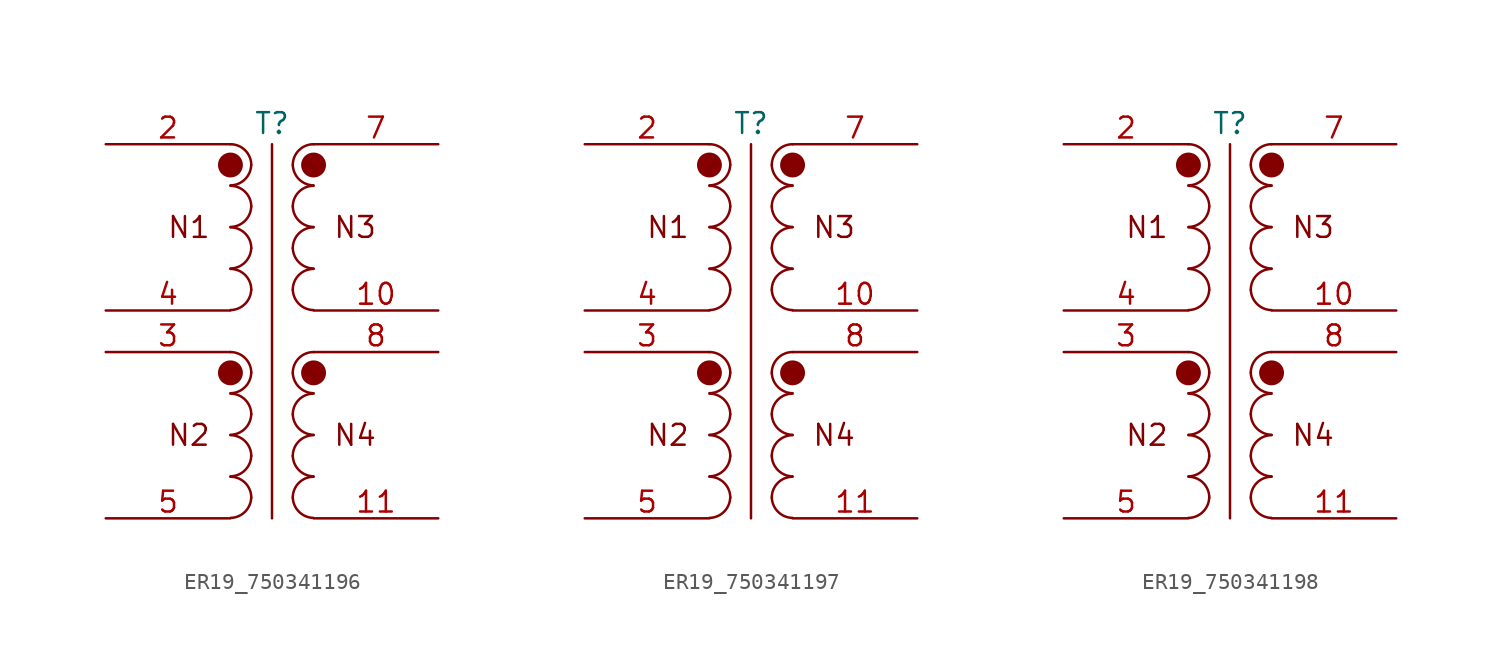
<source format=kicad_sym>
(kicad_symbol_lib
  (version 20220914)
  (generator kicad_symbol_editor)
  (symbol "ER19_750341196"
    (pin_names hide)
    (property "Reference" "T"
      (at 0 12.7 0)
      (effects (font (size 1.27 1.27))))
    (property "Critical Parameter" ""
      (at 0 -5.08 0)
      (effects (font (size 1.27 1.27))))
    (symbol "ER19_750341196_0_1"
      (arc (start -2.54 -11.4046) (mid -1.6561 -11.0363) (end -1.27 -10.16) (stroke (width 0) (type default)) (fill (type none)))
      (arc (start -2.54 -8.8646) (mid -1.6561 -8.4963) (end -1.27 -7.62) (stroke (width 0) (type default)) (fill (type none)))
      (arc (start -2.54 -6.3246) (mid -1.6561 -5.9563) (end -1.27 -5.08) (stroke (width 0) (type default)) (fill (type none)))
      (arc (start -2.54 -3.7846) (mid -1.6561 -3.4163) (end -1.27 -2.54) (stroke (width 0) (type default)) (fill (type none)))
      (arc (start -2.54 1.2954) (mid -1.6561 1.6637) (end -1.27 2.54) (stroke (width 0) (type default)) (fill (type none)))
      (arc (start -2.54 3.8354) (mid -1.6561 4.2037) (end -1.27 5.08) (stroke (width 0) (type default)) (fill (type none)))
      (arc (start -2.54 6.3754) (mid -1.6561 6.7437) (end -1.27 7.62) (stroke (width 0) (type default)) (fill (type none)))
      (arc (start -2.54 8.9154) (mid -1.6561 9.2837) (end -1.27 10.16) (stroke (width 0) (type default)) (fill (type none)))
      (arc (start -1.27 -10.16) (mid -1.642 -9.262) (end -2.54 -8.89) (stroke (width 0) (type default)) (fill (type none)))
      (arc (start -1.27 -7.62) (mid -1.642 -6.722) (end -2.54 -6.35) (stroke (width 0) (type default)) (fill (type none)))
      (arc (start -1.27 -5.08) (mid -1.642 -4.182) (end -2.54 -3.81) (stroke (width 0) (type default)) (fill (type none)))
      (arc (start -1.27 -2.54) (mid -1.642 -1.642) (end -2.54 -1.27) (stroke (width 0) (type default)) (fill (type none)))
      (arc (start -1.27 2.54) (mid -1.642 3.438) (end -2.54 3.81) (stroke (width 0) (type default)) (fill (type none)))
      (arc (start -1.27 5.08) (mid -1.642 5.978) (end -2.54 6.35) (stroke (width 0) (type default)) (fill (type none)))
      (arc (start -1.27 7.62) (mid -1.642 8.518) (end -2.54 8.89) (stroke (width 0) (type default)) (fill (type none)))
      (arc (start -1.27 10.16) (mid -1.642 11.058) (end -2.54 11.43) (stroke (width 0) (type default)) (fill (type none)))
      (polyline (pts (xy 0 -11.43) (xy 0 11.43)) (stroke (width 0) (type default)) (fill (type none)))
      (arc (start 1.27 -10.16) (mid 1.6561 -11.0363) (end 2.54 -11.4046) (stroke (width 0) (type default)) (fill (type none)))
      (arc (start 1.27 -7.62) (mid 1.6561 -8.4963) (end 2.54 -8.8646) (stroke (width 0) (type default)) (fill (type none)))
      (arc (start 1.27 -5.08) (mid 1.6561 -5.9563) (end 2.54 -6.3246) (stroke (width 0) (type default)) (fill (type none)))
      (arc (start 1.27 -2.54) (mid 1.6561 -3.4163) (end 2.54 -3.7846) (stroke (width 0) (type default)) (fill (type none)))
      (arc (start 1.27 2.54) (mid 1.6561 1.6637) (end 2.54 1.2954) (stroke (width 0) (type default)) (fill (type none)))
      (arc (start 1.27 5.08) (mid 1.6561 4.2037) (end 2.54 3.8354) (stroke (width 0) (type default)) (fill (type none)))
      (arc (start 1.27 7.62) (mid 1.6561 6.7437) (end 2.54 6.3754) (stroke (width 0) (type default)) (fill (type none)))
      (arc (start 1.27 10.16) (mid 1.6561 9.2837) (end 2.54 8.9154) (stroke (width 0) (type default)) (fill (type none)))
      (arc (start 2.54 -8.89) (mid 1.642 -9.262) (end 1.27 -10.16) (stroke (width 0) (type default)) (fill (type none)))
      (arc (start 2.54 -6.35) (mid 1.642 -6.722) (end 1.27 -7.62) (stroke (width 0) (type default)) (fill (type none)))
      (arc (start 2.54 -3.81) (mid 1.642 -4.182) (end 1.27 -5.08) (stroke (width 0) (type default)) (fill (type none)))
      (arc (start 2.54 -1.27) (mid 1.642 -1.642) (end 1.27 -2.54) (stroke (width 0) (type default)) (fill (type none)))
      (arc (start 2.54 3.81) (mid 1.642 3.438) (end 1.27 2.54) (stroke (width 0) (type default)) (fill (type none)))
      (arc (start 2.54 6.35) (mid 1.642 5.978) (end 1.27 5.08) (stroke (width 0) (type default)) (fill (type none)))
      (arc (start 2.54 8.89) (mid 1.642 8.518) (end 1.27 7.62) (stroke (width 0) (type default)) (fill (type none)))
      (arc (start 2.54 11.43) (mid 1.642 11.058) (end 1.27 10.16) (stroke (width 0) (type default)) (fill (type none))))
    (symbol "ER19_750341196_1_1"
      (circle (center -2.54 -2.54) (radius 0.0001) (stroke (width 0.762) (type default)) (fill (type none)))
      (circle (center -2.54 10.16) (radius 0.0001) (stroke (width 0.762) (type default)) (fill (type none)))
      (circle (center 2.54 -2.54) (radius 0.0001) (stroke (width 0.762) (type default)) (fill (type none)))
      (circle (center 2.54 10.16) (radius 0.0001) (stroke (width 0.762) (type default)) (fill (type none)))
      (text "N1" (at -5.08 6.35 0) (effects (font (size 1.27 1.27))))
      (text "N2" (at -5.08 -6.35 0) (effects (font (size 1.27 1.27))))
      (text "N3" (at 5.08 6.35 0) (effects (font (size 1.27 1.27))))
      (text "N4" (at 5.08 -6.35 0) (effects (font (size 1.27 1.27))))
      (pin passive line (at 10.16 1.27 180) (length 7.62) (name "10" (effects (font (size 1.27 1.27)))) (number "10" (effects (font (size 1.27 1.27)))))
      (pin passive line (at 10.16 -11.43 180) (length 7.62) (name "11" (effects (font (size 1.27 1.27)))) (number "11" (effects (font (size 1.27 1.27)))))
      (pin passive line (at -10.16 11.43 0) (length 7.62) (name "2" (effects (font (size 1.27 1.27)))) (number "2" (effects (font (size 1.27 1.27)))))
      (pin passive line (at -10.16 -1.27 0) (length 7.62) (name "3" (effects (font (size 1.27 1.27)))) (number "3" (effects (font (size 1.27 1.27)))))
      (pin passive line (at -10.16 1.27 0) (length 7.62) (name "4" (effects (font (size 1.27 1.27)))) (number "4" (effects (font (size 1.27 1.27)))))
      (pin passive line (at -10.16 -11.43 0) (length 7.62) (name "5" (effects (font (size 1.27 1.27)))) (number "5" (effects (font (size 1.27 1.27)))))
      (pin passive line (at 10.16 11.43 180) (length 7.62) (name "7" (effects (font (size 1.27 1.27)))) (number "7" (effects (font (size 1.27 1.27)))))
      (pin passive line (at 10.16 -1.27 180) (length 7.62) (name "8" (effects (font (size 1.27 1.27)))) (number "8" (effects (font (size 1.27 1.27)))))))
  (symbol "ER19_750341197"
    (pin_names hide)
    (property "Reference" "T"
      (at 0 12.7 0)
      (effects (font (size 1.27 1.27))))
    (property "Critical Parameter" ""
      (at 0 -5.08 0)
      (effects (font (size 1.27 1.27))))
    (symbol "ER19_750341197_0_1"
      (arc (start -2.54 -11.4046) (mid -1.6561 -11.0363) (end -1.27 -10.16) (stroke (width 0) (type default)) (fill (type none)))
      (arc (start -2.54 -8.8646) (mid -1.6561 -8.4963) (end -1.27 -7.62) (stroke (width 0) (type default)) (fill (type none)))
      (arc (start -2.54 -6.3246) (mid -1.6561 -5.9563) (end -1.27 -5.08) (stroke (width 0) (type default)) (fill (type none)))
      (arc (start -2.54 -3.7846) (mid -1.6561 -3.4163) (end -1.27 -2.54) (stroke (width 0) (type default)) (fill (type none)))
      (arc (start -2.54 1.2954) (mid -1.6561 1.6637) (end -1.27 2.54) (stroke (width 0) (type default)) (fill (type none)))
      (arc (start -2.54 3.8354) (mid -1.6561 4.2037) (end -1.27 5.08) (stroke (width 0) (type default)) (fill (type none)))
      (arc (start -2.54 6.3754) (mid -1.6561 6.7437) (end -1.27 7.62) (stroke (width 0) (type default)) (fill (type none)))
      (arc (start -2.54 8.9154) (mid -1.6561 9.2837) (end -1.27 10.16) (stroke (width 0) (type default)) (fill (type none)))
      (arc (start -1.27 -10.16) (mid -1.642 -9.262) (end -2.54 -8.89) (stroke (width 0) (type default)) (fill (type none)))
      (arc (start -1.27 -7.62) (mid -1.642 -6.722) (end -2.54 -6.35) (stroke (width 0) (type default)) (fill (type none)))
      (arc (start -1.27 -5.08) (mid -1.642 -4.182) (end -2.54 -3.81) (stroke (width 0) (type default)) (fill (type none)))
      (arc (start -1.27 -2.54) (mid -1.642 -1.642) (end -2.54 -1.27) (stroke (width 0) (type default)) (fill (type none)))
      (arc (start -1.27 2.54) (mid -1.642 3.438) (end -2.54 3.81) (stroke (width 0) (type default)) (fill (type none)))
      (arc (start -1.27 5.08) (mid -1.642 5.978) (end -2.54 6.35) (stroke (width 0) (type default)) (fill (type none)))
      (arc (start -1.27 7.62) (mid -1.642 8.518) (end -2.54 8.89) (stroke (width 0) (type default)) (fill (type none)))
      (arc (start -1.27 10.16) (mid -1.642 11.058) (end -2.54 11.43) (stroke (width 0) (type default)) (fill (type none)))
      (polyline (pts (xy 0 -11.43) (xy 0 11.43)) (stroke (width 0) (type default)) (fill (type none)))
      (arc (start 1.27 -10.16) (mid 1.6561 -11.0363) (end 2.54 -11.4046) (stroke (width 0) (type default)) (fill (type none)))
      (arc (start 1.27 -7.62) (mid 1.6561 -8.4963) (end 2.54 -8.8646) (stroke (width 0) (type default)) (fill (type none)))
      (arc (start 1.27 -5.08) (mid 1.6561 -5.9563) (end 2.54 -6.3246) (stroke (width 0) (type default)) (fill (type none)))
      (arc (start 1.27 -2.54) (mid 1.6561 -3.4163) (end 2.54 -3.7846) (stroke (width 0) (type default)) (fill (type none)))
      (arc (start 1.27 2.54) (mid 1.6561 1.6637) (end 2.54 1.2954) (stroke (width 0) (type default)) (fill (type none)))
      (arc (start 1.27 5.08) (mid 1.6561 4.2037) (end 2.54 3.8354) (stroke (width 0) (type default)) (fill (type none)))
      (arc (start 1.27 7.62) (mid 1.6561 6.7437) (end 2.54 6.3754) (stroke (width 0) (type default)) (fill (type none)))
      (arc (start 1.27 10.16) (mid 1.6561 9.2837) (end 2.54 8.9154) (stroke (width 0) (type default)) (fill (type none)))
      (arc (start 2.54 -8.89) (mid 1.642 -9.262) (end 1.27 -10.16) (stroke (width 0) (type default)) (fill (type none)))
      (arc (start 2.54 -6.35) (mid 1.642 -6.722) (end 1.27 -7.62) (stroke (width 0) (type default)) (fill (type none)))
      (arc (start 2.54 -3.81) (mid 1.642 -4.182) (end 1.27 -5.08) (stroke (width 0) (type default)) (fill (type none)))
      (arc (start 2.54 -1.27) (mid 1.642 -1.642) (end 1.27 -2.54) (stroke (width 0) (type default)) (fill (type none)))
      (arc (start 2.54 3.81) (mid 1.642 3.438) (end 1.27 2.54) (stroke (width 0) (type default)) (fill (type none)))
      (arc (start 2.54 6.35) (mid 1.642 5.978) (end 1.27 5.08) (stroke (width 0) (type default)) (fill (type none)))
      (arc (start 2.54 8.89) (mid 1.642 8.518) (end 1.27 7.62) (stroke (width 0) (type default)) (fill (type none)))
      (arc (start 2.54 11.43) (mid 1.642 11.058) (end 1.27 10.16) (stroke (width 0) (type default)) (fill (type none))))
    (symbol "ER19_750341197_1_1"
      (circle (center -2.54 -2.54) (radius 0.0001) (stroke (width 0.762) (type default)) (fill (type none)))
      (circle (center -2.54 10.16) (radius 0.0001) (stroke (width 0.762) (type default)) (fill (type none)))
      (circle (center 2.54 -2.54) (radius 0.0001) (stroke (width 0.762) (type default)) (fill (type none)))
      (circle (center 2.54 10.16) (radius 0.0001) (stroke (width 0.762) (type default)) (fill (type none)))
      (text "N1" (at -5.08 6.35 0) (effects (font (size 1.27 1.27))))
      (text "N2" (at -5.08 -6.35 0) (effects (font (size 1.27 1.27))))
      (text "N3" (at 5.08 6.35 0) (effects (font (size 1.27 1.27))))
      (text "N4" (at 5.08 -6.35 0) (effects (font (size 1.27 1.27))))
      (pin passive line (at 10.16 1.27 180) (length 7.62) (name "10" (effects (font (size 1.27 1.27)))) (number "10" (effects (font (size 1.27 1.27)))))
      (pin passive line (at 10.16 -11.43 180) (length 7.62) (name "11" (effects (font (size 1.27 1.27)))) (number "11" (effects (font (size 1.27 1.27)))))
      (pin passive line (at -10.16 11.43 0) (length 7.62) (name "2" (effects (font (size 1.27 1.27)))) (number "2" (effects (font (size 1.27 1.27)))))
      (pin passive line (at -10.16 -1.27 0) (length 7.62) (name "3" (effects (font (size 1.27 1.27)))) (number "3" (effects (font (size 1.27 1.27)))))
      (pin passive line (at -10.16 1.27 0) (length 7.62) (name "4" (effects (font (size 1.27 1.27)))) (number "4" (effects (font (size 1.27 1.27)))))
      (pin passive line (at -10.16 -11.43 0) (length 7.62) (name "5" (effects (font (size 1.27 1.27)))) (number "5" (effects (font (size 1.27 1.27)))))
      (pin passive line (at 10.16 11.43 180) (length 7.62) (name "7" (effects (font (size 1.27 1.27)))) (number "7" (effects (font (size 1.27 1.27)))))
      (pin passive line (at 10.16 -1.27 180) (length 7.62) (name "8" (effects (font (size 1.27 1.27)))) (number "8" (effects (font (size 1.27 1.27)))))))
  (symbol "ER19_750341198"
    (pin_names hide)
    (property "Reference" "T"
      (at 0 12.7 0)
      (effects (font (size 1.27 1.27))))
    (property "Critical Parameter" ""
      (at 0 -5.08 0)
      (effects (font (size 1.27 1.27))))
    (symbol "ER19_750341198_0_1"
      (arc (start -2.54 -11.4046) (mid -1.6561 -11.0363) (end -1.27 -10.16) (stroke (width 0) (type default)) (fill (type none)))
      (arc (start -2.54 -8.8646) (mid -1.6561 -8.4963) (end -1.27 -7.62) (stroke (width 0) (type default)) (fill (type none)))
      (arc (start -2.54 -6.3246) (mid -1.6561 -5.9563) (end -1.27 -5.08) (stroke (width 0) (type default)) (fill (type none)))
      (arc (start -2.54 -3.7846) (mid -1.6561 -3.4163) (end -1.27 -2.54) (stroke (width 0) (type default)) (fill (type none)))
      (arc (start -2.54 1.2954) (mid -1.6561 1.6637) (end -1.27 2.54) (stroke (width 0) (type default)) (fill (type none)))
      (arc (start -2.54 3.8354) (mid -1.6561 4.2037) (end -1.27 5.08) (stroke (width 0) (type default)) (fill (type none)))
      (arc (start -2.54 6.3754) (mid -1.6561 6.7437) (end -1.27 7.62) (stroke (width 0) (type default)) (fill (type none)))
      (arc (start -2.54 8.9154) (mid -1.6561 9.2837) (end -1.27 10.16) (stroke (width 0) (type default)) (fill (type none)))
      (arc (start -1.27 -10.16) (mid -1.642 -9.262) (end -2.54 -8.89) (stroke (width 0) (type default)) (fill (type none)))
      (arc (start -1.27 -7.62) (mid -1.642 -6.722) (end -2.54 -6.35) (stroke (width 0) (type default)) (fill (type none)))
      (arc (start -1.27 -5.08) (mid -1.642 -4.182) (end -2.54 -3.81) (stroke (width 0) (type default)) (fill (type none)))
      (arc (start -1.27 -2.54) (mid -1.642 -1.642) (end -2.54 -1.27) (stroke (width 0) (type default)) (fill (type none)))
      (arc (start -1.27 2.54) (mid -1.642 3.438) (end -2.54 3.81) (stroke (width 0) (type default)) (fill (type none)))
      (arc (start -1.27 5.08) (mid -1.642 5.978) (end -2.54 6.35) (stroke (width 0) (type default)) (fill (type none)))
      (arc (start -1.27 7.62) (mid -1.642 8.518) (end -2.54 8.89) (stroke (width 0) (type default)) (fill (type none)))
      (arc (start -1.27 10.16) (mid -1.642 11.058) (end -2.54 11.43) (stroke (width 0) (type default)) (fill (type none)))
      (polyline (pts (xy 0 -11.43) (xy 0 11.43)) (stroke (width 0) (type default)) (fill (type none)))
      (arc (start 1.27 -10.16) (mid 1.6561 -11.0363) (end 2.54 -11.4046) (stroke (width 0) (type default)) (fill (type none)))
      (arc (start 1.27 -7.62) (mid 1.6561 -8.4963) (end 2.54 -8.8646) (stroke (width 0) (type default)) (fill (type none)))
      (arc (start 1.27 -5.08) (mid 1.6561 -5.9563) (end 2.54 -6.3246) (stroke (width 0) (type default)) (fill (type none)))
      (arc (start 1.27 -2.54) (mid 1.6561 -3.4163) (end 2.54 -3.7846) (stroke (width 0) (type default)) (fill (type none)))
      (arc (start 1.27 2.54) (mid 1.6561 1.6637) (end 2.54 1.2954) (stroke (width 0) (type default)) (fill (type none)))
      (arc (start 1.27 5.08) (mid 1.6561 4.2037) (end 2.54 3.8354) (stroke (width 0) (type default)) (fill (type none)))
      (arc (start 1.27 7.62) (mid 1.6561 6.7437) (end 2.54 6.3754) (stroke (width 0) (type default)) (fill (type none)))
      (arc (start 1.27 10.16) (mid 1.6561 9.2837) (end 2.54 8.9154) (stroke (width 0) (type default)) (fill (type none)))
      (arc (start 2.54 -8.89) (mid 1.642 -9.262) (end 1.27 -10.16) (stroke (width 0) (type default)) (fill (type none)))
      (arc (start 2.54 -6.35) (mid 1.642 -6.722) (end 1.27 -7.62) (stroke (width 0) (type default)) (fill (type none)))
      (arc (start 2.54 -3.81) (mid 1.642 -4.182) (end 1.27 -5.08) (stroke (width 0) (type default)) (fill (type none)))
      (arc (start 2.54 -1.27) (mid 1.642 -1.642) (end 1.27 -2.54) (stroke (width 0) (type default)) (fill (type none)))
      (arc (start 2.54 3.81) (mid 1.642 3.438) (end 1.27 2.54) (stroke (width 0) (type default)) (fill (type none)))
      (arc (start 2.54 6.35) (mid 1.642 5.978) (end 1.27 5.08) (stroke (width 0) (type default)) (fill (type none)))
      (arc (start 2.54 8.89) (mid 1.642 8.518) (end 1.27 7.62) (stroke (width 0) (type default)) (fill (type none)))
      (arc (start 2.54 11.43) (mid 1.642 11.058) (end 1.27 10.16) (stroke (width 0) (type default)) (fill (type none))))
    (symbol "ER19_750341198_1_1"
      (circle (center -2.54 -2.54) (radius 0.0001) (stroke (width 0.762) (type default)) (fill (type none)))
      (circle (center -2.54 10.16) (radius 0.0001) (stroke (width 0.762) (type default)) (fill (type none)))
      (circle (center 2.54 -2.54) (radius 0.0001) (stroke (width 0.762) (type default)) (fill (type none)))
      (circle (center 2.54 10.16) (radius 0.0001) (stroke (width 0.762) (type default)) (fill (type none)))
      (text "N1" (at -5.08 6.35 0) (effects (font (size 1.27 1.27))))
      (text "N2" (at -5.08 -6.35 0) (effects (font (size 1.27 1.27))))
      (text "N3" (at 5.08 6.35 0) (effects (font (size 1.27 1.27))))
      (text "N4" (at 5.08 -6.35 0) (effects (font (size 1.27 1.27))))
      (pin passive line (at 10.16 1.27 180) (length 7.62) (name "10" (effects (font (size 1.27 1.27)))) (number "10" (effects (font (size 1.27 1.27)))))
      (pin passive line (at 10.16 -11.43 180) (length 7.62) (name "11" (effects (font (size 1.27 1.27)))) (number "11" (effects (font (size 1.27 1.27)))))
      (pin passive line (at -10.16 11.43 0) (length 7.62) (name "2" (effects (font (size 1.27 1.27)))) (number "2" (effects (font (size 1.27 1.27)))))
      (pin passive line (at -10.16 -1.27 0) (length 7.62) (name "3" (effects (font (size 1.27 1.27)))) (number "3" (effects (font (size 1.27 1.27)))))
      (pin passive line (at -10.16 1.27 0) (length 7.62) (name "4" (effects (font (size 1.27 1.27)))) (number "4" (effects (font (size 1.27 1.27)))))
      (pin passive line (at -10.16 -11.43 0) (length 7.62) (name "5" (effects (font (size 1.27 1.27)))) (number "5" (effects (font (size 1.27 1.27)))))
      (pin passive line (at 10.16 11.43 180) (length 7.62) (name "7" (effects (font (size 1.27 1.27)))) (number "7" (effects (font (size 1.27 1.27)))))
      (pin passive line (at 10.16 -1.27 180) (length 7.62) (name "8" (effects (font (size 1.27 1.27)))) (number "8" (effects (font (size 1.27 1.27))))))))
</source>
